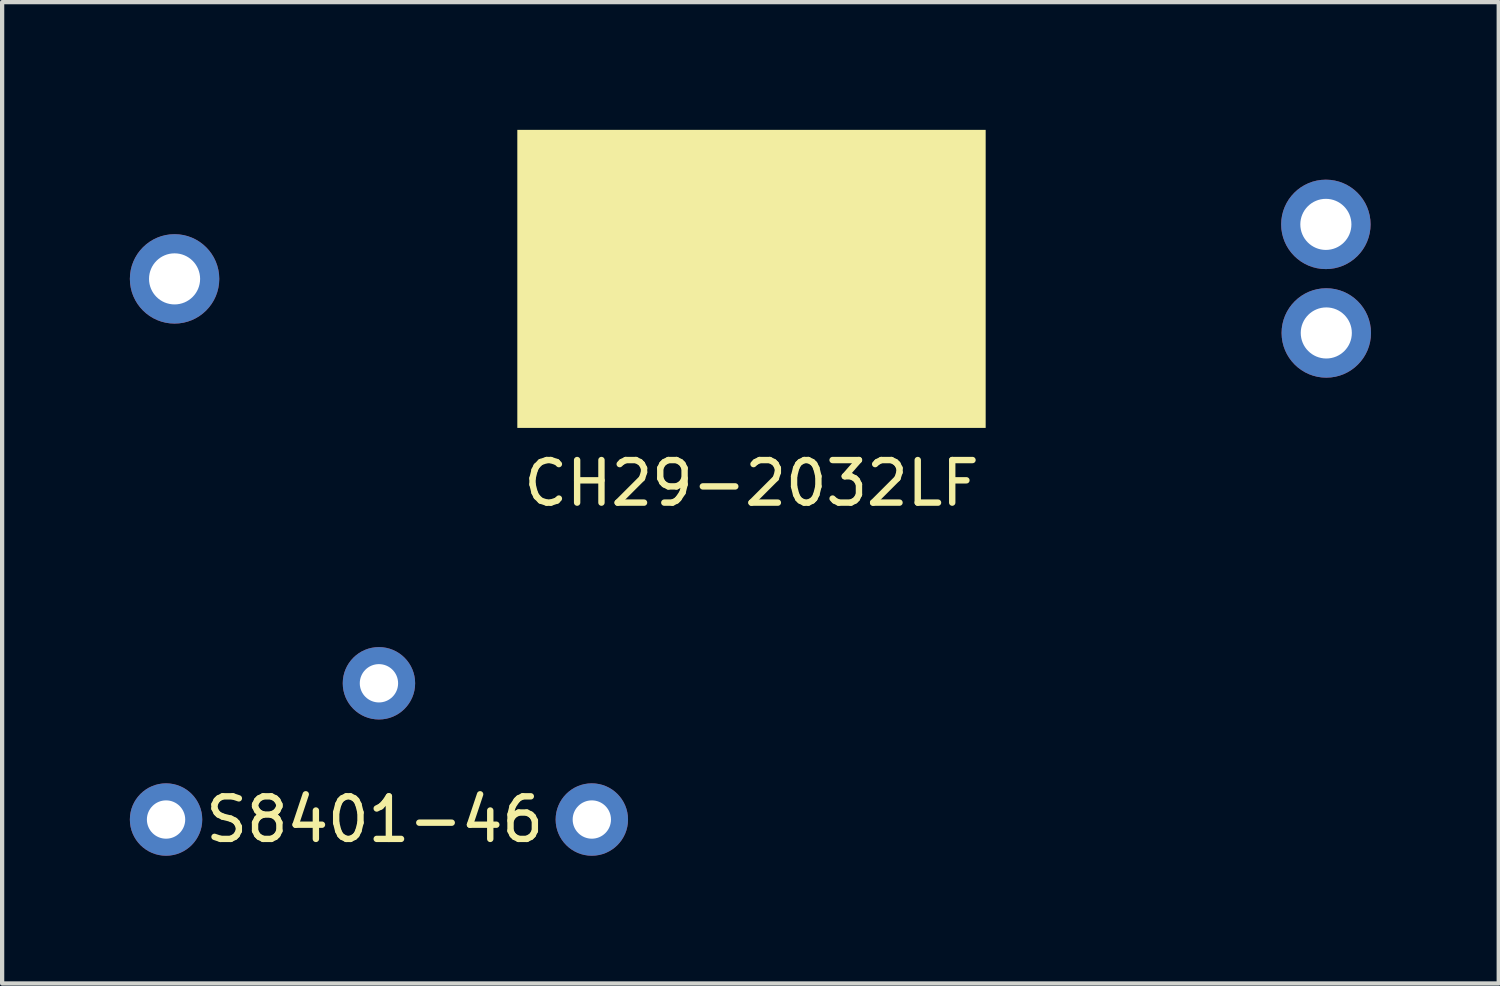
<source format=kicad_pcb>
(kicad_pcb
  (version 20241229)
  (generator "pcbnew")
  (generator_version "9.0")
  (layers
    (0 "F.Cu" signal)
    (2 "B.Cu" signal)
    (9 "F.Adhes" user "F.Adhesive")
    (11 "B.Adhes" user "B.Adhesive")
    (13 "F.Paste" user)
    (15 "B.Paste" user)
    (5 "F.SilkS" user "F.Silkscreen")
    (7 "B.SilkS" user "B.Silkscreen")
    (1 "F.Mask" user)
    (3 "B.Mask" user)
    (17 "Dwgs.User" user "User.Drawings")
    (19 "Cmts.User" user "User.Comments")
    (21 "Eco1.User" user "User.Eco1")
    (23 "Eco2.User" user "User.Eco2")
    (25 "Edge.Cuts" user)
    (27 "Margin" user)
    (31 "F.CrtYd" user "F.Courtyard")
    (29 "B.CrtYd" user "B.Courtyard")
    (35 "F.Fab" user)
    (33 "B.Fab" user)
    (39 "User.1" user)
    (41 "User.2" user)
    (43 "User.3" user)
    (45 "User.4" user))
  (footprint "S8401-46"
    (layer "F.Cu")
    (at 5.75 16.198)
    (property "Reference" "S8401-46" (at 0 0 0) (layer "F.SilkS") (effects (font (size 1 1) (thickness 0.15))))
    (attr through_hole)
    (pad "1" thru_hole circle (at -4.9 0) (size 1.7 1.7) (drill 0.9) (layers "*.Cu" "*.Mask"))
    (pad "2" thru_hole circle (at 0.1 -3.2) (size 1.7 1.7) (drill 0.9) (layers "*.Cu" "*.Mask"))
    (pad "3" thru_hole circle (at 5.1 0) (size 1.7 1.7) (drill 0.9) (layers "*.Cu" "*.Mask")))
  (footprint "CH29-2032LF"
    (layer "F.Cu")
    (at 14.6 3.5)
    (property "Reference" "CH29-2032LF" (at 0 4.8 0) (layer "F.SilkS") (effects (font (size 1 1) (thickness 0.15))))
    (attr through_hole)
    (pad "" smd rect (at 0 0) (size 11 7) (layers "F.SilkS"))
    (pad "1" thru_hole circle (at 13.5 1.27) (size 2.1 2.1) (drill 1.2) (layers "*.Cu" "*.Mask"))
    (pad "2" thru_hole circle (at 13.49 -1.28) (size 2.1 2.1) (drill 1.2) (layers "*.Cu" "*.Mask"))
    (pad "3" thru_hole circle (at -13.55 0) (size 2.1 2.1) (drill 1.2) (layers "*.Cu" "*.Mask")))
  (gr_rect
    (start -3 -3)
    (end 32.15 20.048)
    (stroke (width 0.1) (type default))
    (fill no)
    (layer "Edge.Cuts")))
</source>
